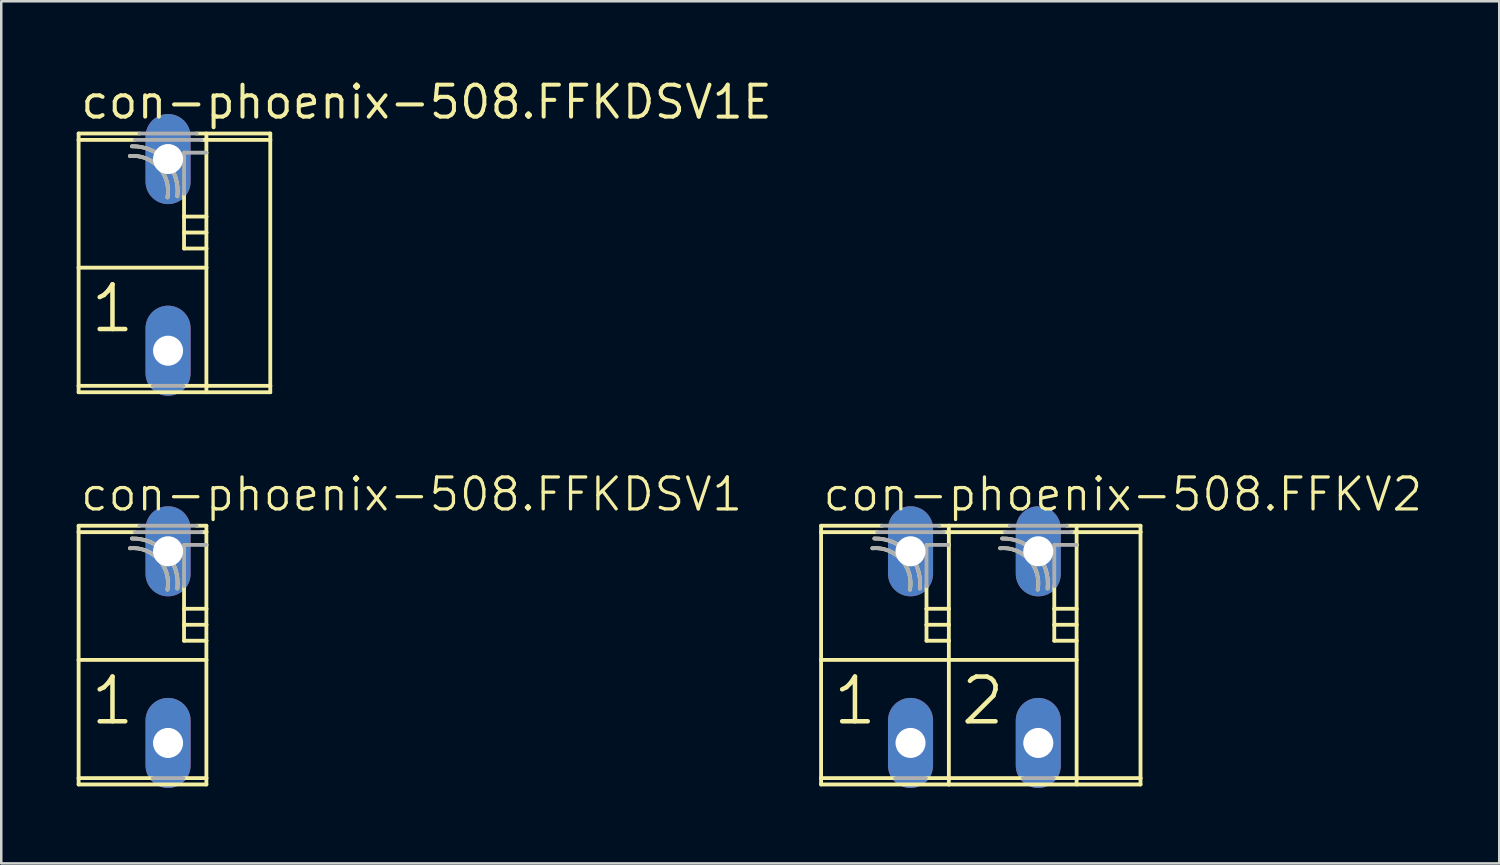
<source format=kicad_pcb>
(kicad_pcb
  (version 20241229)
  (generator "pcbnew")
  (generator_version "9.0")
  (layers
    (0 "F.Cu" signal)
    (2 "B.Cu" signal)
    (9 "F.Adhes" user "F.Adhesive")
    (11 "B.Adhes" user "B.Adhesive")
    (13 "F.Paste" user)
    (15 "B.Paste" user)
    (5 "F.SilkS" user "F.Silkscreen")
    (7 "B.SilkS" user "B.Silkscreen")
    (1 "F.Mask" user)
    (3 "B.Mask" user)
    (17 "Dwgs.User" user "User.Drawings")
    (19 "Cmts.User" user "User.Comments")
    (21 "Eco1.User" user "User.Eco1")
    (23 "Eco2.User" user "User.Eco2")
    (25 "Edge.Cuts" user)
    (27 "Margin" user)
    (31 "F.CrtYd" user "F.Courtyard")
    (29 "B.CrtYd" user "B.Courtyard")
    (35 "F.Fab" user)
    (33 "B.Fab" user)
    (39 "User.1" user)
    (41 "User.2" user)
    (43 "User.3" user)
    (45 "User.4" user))
  (footprint "con-phoenix-508.FFKV2"
    (layer "F.Cu")
    (at 35.692 22.679)
    (property "Reference" "con-phoenix-508.FFKV2" (at -6.096 -5.334 0) (layer "F.SilkS") (effects (font (size 1.27 1.27) (thickness 0.13)) (justify left bottom)))
    (attr through_hole)
    (fp_line (start -6.096 -4.572) (end -6.096 -4.826) (stroke (width 0.152) (type default)) (layer "F.SilkS"))
    (fp_line (start -6.096 -4.572) (end -3.86 -4.572) (stroke (width 0.152) (type default)) (layer "F.SilkS"))
    (fp_line (start -6.096 0.508) (end -6.096 -4.572) (stroke (width 0.152) (type default)) (layer "F.SilkS"))
    (fp_line (start -6.096 0.508) (end -1.016 0.508) (stroke (width 0.152) (type default)) (layer "F.SilkS"))
    (fp_line (start -6.096 5.207) (end -6.096 0.508) (stroke (width 0.152) (type default)) (layer "F.SilkS"))
    (fp_line (start -6.096 5.207) (end -3.149 5.207) (stroke (width 0.152) (type default)) (layer "F.SilkS"))
    (fp_line (start -6.096 5.461) (end -6.096 5.207) (stroke (width 0.152) (type default)) (layer "F.SilkS"))
    (fp_line (start -3.676 -4.826) (end -6.096 -4.826) (stroke (width 0.152) (type default)) (layer "F.SilkS"))
    (fp_line (start -1.931 5.207) (end -1.016 5.207) (stroke (width 0.152) (type default)) (layer "F.SilkS"))
    (fp_line (start -1.905 -1.524) (end -1.905 -2.425) (stroke (width 0.152) (type default)) (layer "F.SilkS"))
    (fp_line (start -1.905 -0.889) (end -1.905 -1.524) (stroke (width 0.152) (type default)) (layer "F.SilkS"))
    (fp_line (start -1.905 -0.254) (end -1.905 -0.889) (stroke (width 0.152) (type default)) (layer "F.SilkS"))
    (fp_line (start -1.22 -4.572) (end -1.016 -4.572) (stroke (width 0.152) (type default)) (layer "F.SilkS"))
    (fp_line (start -1.037 -4.064) (end -1.016 -4.064) (stroke (width 0.152) (type default)) (layer "F.SilkS"))
    (fp_line (start -1.016 -4.826) (end -1.404 -4.826) (stroke (width 0.152) (type default)) (layer "F.SilkS"))
    (fp_line (start -1.016 -4.572) (end -1.016 -4.826) (stroke (width 0.152) (type default)) (layer "F.SilkS"))
    (fp_line (start -1.016 -4.572) (end 1.22 -4.572) (stroke (width 0.152) (type default)) (layer "F.SilkS"))
    (fp_line (start -1.016 -4.064) (end -1.016 -4.572) (stroke (width 0.152) (type default)) (layer "F.SilkS"))
    (fp_line (start -1.016 -1.524) (end -1.905 -1.524) (stroke (width 0.152) (type default)) (layer "F.SilkS"))
    (fp_line (start -1.016 -1.524) (end -1.016 -4.064) (stroke (width 0.152) (type default)) (layer "F.SilkS"))
    (fp_line (start -1.016 -0.889) (end -1.905 -0.889) (stroke (width 0.152) (type default)) (layer "F.SilkS"))
    (fp_line (start -1.016 -0.889) (end -1.016 -1.524) (stroke (width 0.152) (type default)) (layer "F.SilkS"))
    (fp_line (start -1.016 -0.254) (end -1.905 -0.254) (stroke (width 0.152) (type default)) (layer "F.SilkS"))
    (fp_line (start -1.016 -0.254) (end -1.016 -0.889) (stroke (width 0.152) (type default)) (layer "F.SilkS"))
    (fp_line (start -1.016 0.508) (end -1.016 -0.254) (stroke (width 0.152) (type default)) (layer "F.SilkS"))
    (fp_line (start -1.016 0.508) (end 4.064 0.508) (stroke (width 0.152) (type default)) (layer "F.SilkS"))
    (fp_line (start -1.016 5.207) (end -1.016 0.508) (stroke (width 0.152) (type default)) (layer "F.SilkS"))
    (fp_line (start -1.016 5.207) (end 1.931 5.207) (stroke (width 0.152) (type default)) (layer "F.SilkS"))
    (fp_line (start -1.016 5.461) (end -6.096 5.461) (stroke (width 0.152) (type default)) (layer "F.SilkS"))
    (fp_line (start -1.016 5.461) (end -1.016 5.207) (stroke (width 0.152) (type default)) (layer "F.SilkS"))
    (fp_line (start 1.404 -4.826) (end -1.016 -4.826) (stroke (width 0.152) (type default)) (layer "F.SilkS"))
    (fp_line (start 3.175 -1.524) (end 3.175 -2.425) (stroke (width 0.152) (type default)) (layer "F.SilkS"))
    (fp_line (start 3.175 -0.889) (end 3.175 -1.524) (stroke (width 0.152) (type default)) (layer "F.SilkS"))
    (fp_line (start 3.175 -0.254) (end 3.175 -0.889) (stroke (width 0.152) (type default)) (layer "F.SilkS"))
    (fp_line (start 4.043 -4.064) (end 4.064 -4.064) (stroke (width 0.152) (type default)) (layer "F.SilkS"))
    (fp_line (start 4.064 -4.064) (end 4.064 -4.826) (stroke (width 0.152) (type default)) (layer "F.SilkS"))
    (fp_line (start 4.064 -1.524) (end 3.175 -1.524) (stroke (width 0.152) (type default)) (layer "F.SilkS"))
    (fp_line (start 4.064 -1.524) (end 4.064 -4.064) (stroke (width 0.152) (type default)) (layer "F.SilkS"))
    (fp_line (start 4.064 -0.889) (end 3.175 -0.889) (stroke (width 0.152) (type default)) (layer "F.SilkS"))
    (fp_line (start 4.064 -0.889) (end 4.064 -1.524) (stroke (width 0.152) (type default)) (layer "F.SilkS"))
    (fp_line (start 4.064 -0.254) (end 3.175 -0.254) (stroke (width 0.152) (type default)) (layer "F.SilkS"))
    (fp_line (start 4.064 -0.254) (end 4.064 -0.889) (stroke (width 0.152) (type default)) (layer "F.SilkS"))
    (fp_line (start 4.064 0.508) (end 4.064 -0.254) (stroke (width 0.152) (type default)) (layer "F.SilkS"))
    (fp_line (start 4.064 5.461) (end 4.064 0.508) (stroke (width 0.152) (type default)) (layer "F.SilkS"))
    (fp_line (start 6.604 -4.826) (end 3.676 -4.826) (stroke (width 0.152) (type default)) (layer "F.SilkS"))
    (fp_line (start 6.604 -4.572) (end 3.86 -4.572) (stroke (width 0.152) (type default)) (layer "F.SilkS"))
    (fp_line (start 6.604 -4.572) (end 6.604 -4.826) (stroke (width 0.152) (type default)) (layer "F.SilkS"))
    (fp_line (start 6.604 5.207) (end 3.149 5.207) (stroke (width 0.152) (type default)) (layer "F.SilkS"))
    (fp_line (start 6.604 5.207) (end 6.604 -4.572) (stroke (width 0.152) (type default)) (layer "F.SilkS"))
    (fp_line (start 6.604 5.461) (end -1.016 5.461) (stroke (width 0.152) (type default)) (layer "F.SilkS"))
    (fp_line (start 6.604 5.461) (end 6.604 5.207) (stroke (width 0.152) (type default)) (layer "F.SilkS"))
    (fp_arc (start -4.0592 -3.9317) (mid -2.903175 -3.479821) (end -2.5628 -2.2862) (stroke (width 0.1524) (type default)) (layer "F.SilkS"))
    (fp_arc (start -3.9769 -4.3175) (mid -2.621183 -3.735951) (end -2.1708 -2.3312) (stroke (width 0.1524) (type default)) (layer "F.SilkS"))
    (fp_arc (start 1.0208 -3.9317) (mid 2.176825 -3.479821) (end 2.5172 -2.2862) (stroke (width 0.1524) (type default)) (layer "F.SilkS"))
    (fp_arc (start 1.1031 -4.3175) (mid 2.458817 -3.735951) (end 2.9092 -2.3312) (stroke (width 0.1524) (type default)) (layer "F.SilkS"))
    (fp_line (start -3.86 -4.572) (end -1.22 -4.572) (stroke (width 0.152) (type default)) (layer "F.Fab"))
    (fp_line (start -3.149 5.207) (end -1.931 5.207) (stroke (width 0.152) (type default)) (layer "F.Fab"))
    (fp_line (start -1.905 -4.064) (end -1.037 -4.064) (stroke (width 0.152) (type default)) (layer "F.Fab"))
    (fp_line (start -1.905 -2.425) (end -1.905 -4.064) (stroke (width 0.152) (type default)) (layer "F.Fab"))
    (fp_line (start -1.404 -4.826) (end -3.676 -4.826) (stroke (width 0.152) (type default)) (layer "F.Fab"))
    (fp_line (start 1.22 -4.572) (end 3.86 -4.572) (stroke (width 0.152) (type default)) (layer "F.Fab"))
    (fp_line (start 1.931 5.207) (end 3.149 5.207) (stroke (width 0.152) (type default)) (layer "F.Fab"))
    (fp_line (start 3.175 -4.064) (end 4.043 -4.064) (stroke (width 0.152) (type default)) (layer "F.Fab"))
    (fp_line (start 3.175 -2.425) (end 3.175 -4.064) (stroke (width 0.152) (type default)) (layer "F.Fab"))
    (fp_line (start 3.676 -4.826) (end 1.404 -4.826) (stroke (width 0.152) (type default)) (layer "F.Fab"))
    (fp_arc (start -4.0592 -3.9317) (mid -2.903306 -3.479837) (end -2.5631 -2.2863) (stroke (width 0.1524) (type default)) (layer "F.Fab"))
    (fp_arc (start -3.9769 -4.3175) (mid -2.621248 -3.735936) (end -2.171 -2.3312) (stroke (width 0.1524) (type default)) (layer "F.Fab"))
    (fp_arc (start 1.0208 -3.9317) (mid 2.176694 -3.479837) (end 2.5169 -2.2863) (stroke (width 0.1524) (type default)) (layer "F.Fab"))
    (fp_arc (start 1.1031 -4.3175) (mid 2.458752 -3.735936) (end 2.909 -2.3312) (stroke (width 0.1524) (type default)) (layer "F.Fab"))
    (fp_text user "1" (at -5.715 3.175 0) (layer "F.SilkS") (effects (font (size 1.778 1.778) (thickness 0.18)) (justify left bottom)))
    (fp_text user "2" (at -0.635 3.175 0) (layer "F.SilkS") (effects (font (size 1.778 1.778) (thickness 0.18)) (justify left bottom)))
    (pad "1" thru_hole oval (at -2.54 3.81 90) (size 3.581 1.791) (drill 1.194) (layers "*.Cu" "*.Mask"))
    (pad "1A" thru_hole oval (at -2.54 -3.81 90) (size 3.581 1.791) (drill 1.194) (layers "*.Cu" "*.Mask"))
    (pad "2" thru_hole oval (at 2.54 3.81 90) (size 3.581 1.791) (drill 1.194) (layers "*.Cu" "*.Mask"))
    (pad "2A" thru_hole oval (at 2.54 -3.81 90) (size 3.581 1.791) (drill 1.194) (layers "*.Cu" "*.Mask")))
  (footprint "con-phoenix-508.FFKDSV1"
    (layer "F.Cu")
    (at 3.632 22.679)
    (property "Reference" "con-phoenix-508.FFKDSV1" (at -3.556 -5.334 0) (layer "F.SilkS") (effects (font (size 1.27 1.27) (thickness 0.13)) (justify left bottom)))
    (attr through_hole)
    (fp_line (start -3.556 -4.572) (end -3.556 -4.826) (stroke (width 0.152) (type default)) (layer "F.SilkS"))
    (fp_line (start -3.556 -4.572) (end -1.32 -4.572) (stroke (width 0.152) (type default)) (layer "F.SilkS"))
    (fp_line (start -3.556 0.508) (end -3.556 -4.572) (stroke (width 0.152) (type default)) (layer "F.SilkS"))
    (fp_line (start -3.556 0.508) (end 1.524 0.508) (stroke (width 0.152) (type default)) (layer "F.SilkS"))
    (fp_line (start -3.556 5.207) (end -3.556 0.508) (stroke (width 0.152) (type default)) (layer "F.SilkS"))
    (fp_line (start -3.556 5.207) (end -0.609 5.207) (stroke (width 0.152) (type default)) (layer "F.SilkS"))
    (fp_line (start -3.556 5.461) (end -3.556 5.207) (stroke (width 0.152) (type default)) (layer "F.SilkS"))
    (fp_line (start -1.136 -4.826) (end -3.556 -4.826) (stroke (width 0.152) (type default)) (layer "F.SilkS"))
    (fp_line (start 0.609 5.207) (end 1.524 5.207) (stroke (width 0.152) (type default)) (layer "F.SilkS"))
    (fp_line (start 0.635 -1.524) (end 0.635 -2.425) (stroke (width 0.152) (type default)) (layer "F.SilkS"))
    (fp_line (start 0.635 -0.889) (end 0.635 -1.524) (stroke (width 0.152) (type default)) (layer "F.SilkS"))
    (fp_line (start 0.635 -0.254) (end 0.635 -0.889) (stroke (width 0.152) (type default)) (layer "F.SilkS"))
    (fp_line (start 1.32 -4.572) (end 1.524 -4.572) (stroke (width 0.152) (type default)) (layer "F.SilkS"))
    (fp_line (start 1.503 -4.064) (end 1.524 -4.064) (stroke (width 0.152) (type default)) (layer "F.SilkS"))
    (fp_line (start 1.524 -4.826) (end 1.136 -4.826) (stroke (width 0.152) (type default)) (layer "F.SilkS"))
    (fp_line (start 1.524 -4.572) (end 1.524 -4.826) (stroke (width 0.152) (type default)) (layer "F.SilkS"))
    (fp_line (start 1.524 -4.064) (end 1.524 -4.572) (stroke (width 0.152) (type default)) (layer "F.SilkS"))
    (fp_line (start 1.524 -1.524) (end 0.635 -1.524) (stroke (width 0.152) (type default)) (layer "F.SilkS"))
    (fp_line (start 1.524 -1.524) (end 1.524 -4.064) (stroke (width 0.152) (type default)) (layer "F.SilkS"))
    (fp_line (start 1.524 -0.889) (end 0.635 -0.889) (stroke (width 0.152) (type default)) (layer "F.SilkS"))
    (fp_line (start 1.524 -0.889) (end 1.524 -1.524) (stroke (width 0.152) (type default)) (layer "F.SilkS"))
    (fp_line (start 1.524 -0.254) (end 0.635 -0.254) (stroke (width 0.152) (type default)) (layer "F.SilkS"))
    (fp_line (start 1.524 -0.254) (end 1.524 -0.889) (stroke (width 0.152) (type default)) (layer "F.SilkS"))
    (fp_line (start 1.524 0.508) (end 1.524 -0.254) (stroke (width 0.152) (type default)) (layer "F.SilkS"))
    (fp_line (start 1.524 5.207) (end 1.524 0.508) (stroke (width 0.152) (type default)) (layer "F.SilkS"))
    (fp_line (start 1.524 5.461) (end -3.556 5.461) (stroke (width 0.152) (type default)) (layer "F.SilkS"))
    (fp_line (start 1.524 5.461) (end 1.524 5.207) (stroke (width 0.152) (type default)) (layer "F.SilkS"))
    (fp_arc (start -1.5192 -3.9317) (mid -0.363175 -3.479821) (end -0.0228 -2.2862) (stroke (width 0.1524) (type default)) (layer "F.SilkS"))
    (fp_arc (start -1.4369 -4.3175) (mid -0.081183 -3.735951) (end 0.3692 -2.3312) (stroke (width 0.1524) (type default)) (layer "F.SilkS"))
    (fp_line (start -1.32 -4.572) (end 1.32 -4.572) (stroke (width 0.152) (type default)) (layer "F.Fab"))
    (fp_line (start -0.609 5.207) (end 0.609 5.207) (stroke (width 0.152) (type default)) (layer "F.Fab"))
    (fp_line (start 0.635 -4.064) (end 1.503 -4.064) (stroke (width 0.152) (type default)) (layer "F.Fab"))
    (fp_line (start 0.635 -2.425) (end 0.635 -4.064) (stroke (width 0.152) (type default)) (layer "F.Fab"))
    (fp_line (start 1.136 -4.826) (end -1.136 -4.826) (stroke (width 0.152) (type default)) (layer "F.Fab"))
    (fp_arc (start -1.5192 -3.9317) (mid -0.363306 -3.479837) (end -0.0231 -2.2863) (stroke (width 0.1524) (type default)) (layer "F.Fab"))
    (fp_arc (start -1.4369 -4.3175) (mid -0.081248 -3.735936) (end 0.369 -2.3312) (stroke (width 0.1524) (type default)) (layer "F.Fab"))
    (fp_text user "1" (at -3.175 3.175 0) (layer "F.SilkS") (effects (font (size 1.778 1.778) (thickness 0.18)) (justify left bottom)))
    (pad "1" thru_hole oval (at 0 3.81 90) (size 3.581 1.791) (drill 1.194) (layers "*.Cu" "*.Mask"))
    (pad "2" thru_hole oval (at 0 -3.81 90) (size 3.581 1.791) (drill 1.194) (layers "*.Cu" "*.Mask")))
  (footprint "con-phoenix-508.FFKDSV1E"
    (layer "F.Cu")
    (at 3.632 7.084)
    (property "Reference" "con-phoenix-508.FFKDSV1E" (at -3.556 -5.334 0) (layer "F.SilkS") (effects (font (size 1.27 1.27) (thickness 0.16)) (justify left bottom)))
    (attr through_hole)
    (fp_line (start -3.556 -4.572) (end -3.556 -4.826) (stroke (width 0.152) (type default)) (layer "F.SilkS"))
    (fp_line (start -3.556 -4.572) (end -1.32 -4.572) (stroke (width 0.152) (type default)) (layer "F.SilkS"))
    (fp_line (start -3.556 0.508) (end -3.556 -4.572) (stroke (width 0.152) (type default)) (layer "F.SilkS"))
    (fp_line (start -3.556 0.508) (end 1.524 0.508) (stroke (width 0.152) (type default)) (layer "F.SilkS"))
    (fp_line (start -3.556 5.207) (end -3.556 0.508) (stroke (width 0.152) (type default)) (layer "F.SilkS"))
    (fp_line (start -3.556 5.207) (end -0.609 5.207) (stroke (width 0.152) (type default)) (layer "F.SilkS"))
    (fp_line (start -3.556 5.461) (end -3.556 5.207) (stroke (width 0.152) (type default)) (layer "F.SilkS"))
    (fp_line (start -1.136 -4.826) (end -3.556 -4.826) (stroke (width 0.152) (type default)) (layer "F.SilkS"))
    (fp_line (start 0.635 -1.524) (end 0.635 -2.425) (stroke (width 0.152) (type default)) (layer "F.SilkS"))
    (fp_line (start 0.635 -0.889) (end 0.635 -1.524) (stroke (width 0.152) (type default)) (layer "F.SilkS"))
    (fp_line (start 0.635 -0.254) (end 0.635 -0.889) (stroke (width 0.152) (type default)) (layer "F.SilkS"))
    (fp_line (start 1.503 -4.064) (end 1.524 -4.064) (stroke (width 0.152) (type default)) (layer "F.SilkS"))
    (fp_line (start 1.524 -4.064) (end 1.524 -4.826) (stroke (width 0.152) (type default)) (layer "F.SilkS"))
    (fp_line (start 1.524 -1.524) (end 0.635 -1.524) (stroke (width 0.152) (type default)) (layer "F.SilkS"))
    (fp_line (start 1.524 -1.524) (end 1.524 -4.064) (stroke (width 0.152) (type default)) (layer "F.SilkS"))
    (fp_line (start 1.524 -0.889) (end 0.635 -0.889) (stroke (width 0.152) (type default)) (layer "F.SilkS"))
    (fp_line (start 1.524 -0.889) (end 1.524 -1.524) (stroke (width 0.152) (type default)) (layer "F.SilkS"))
    (fp_line (start 1.524 -0.254) (end 0.635 -0.254) (stroke (width 0.152) (type default)) (layer "F.SilkS"))
    (fp_line (start 1.524 -0.254) (end 1.524 -0.889) (stroke (width 0.152) (type default)) (layer "F.SilkS"))
    (fp_line (start 1.524 0.508) (end 1.524 -0.254) (stroke (width 0.152) (type default)) (layer "F.SilkS"))
    (fp_line (start 1.524 5.461) (end 1.524 0.508) (stroke (width 0.152) (type default)) (layer "F.SilkS"))
    (fp_line (start 4.064 -4.826) (end 1.136 -4.826) (stroke (width 0.152) (type default)) (layer "F.SilkS"))
    (fp_line (start 4.064 -4.572) (end 1.32 -4.572) (stroke (width 0.152) (type default)) (layer "F.SilkS"))
    (fp_line (start 4.064 -4.572) (end 4.064 -4.826) (stroke (width 0.152) (type default)) (layer "F.SilkS"))
    (fp_line (start 4.064 5.207) (end 0.609 5.207) (stroke (width 0.152) (type default)) (layer "F.SilkS"))
    (fp_line (start 4.064 5.207) (end 4.064 -4.572) (stroke (width 0.152) (type default)) (layer "F.SilkS"))
    (fp_line (start 4.064 5.461) (end -3.556 5.461) (stroke (width 0.152) (type default)) (layer "F.SilkS"))
    (fp_line (start 4.064 5.461) (end 4.064 5.207) (stroke (width 0.152) (type default)) (layer "F.SilkS"))
    (fp_arc (start -1.5192 -3.9317) (mid -0.363175 -3.479821) (end -0.0228 -2.2862) (stroke (width 0.1524) (type default)) (layer "F.SilkS"))
    (fp_arc (start -1.4369 -4.3175) (mid -0.081183 -3.735951) (end 0.3692 -2.3312) (stroke (width 0.1524) (type default)) (layer "F.SilkS"))
    (fp_line (start -1.32 -4.572) (end 1.32 -4.572) (stroke (width 0.152) (type default)) (layer "F.Fab"))
    (fp_line (start -0.609 5.207) (end 0.609 5.207) (stroke (width 0.152) (type default)) (layer "F.Fab"))
    (fp_line (start 0.635 -4.064) (end 1.503 -4.064) (stroke (width 0.152) (type default)) (layer "F.Fab"))
    (fp_line (start 0.635 -2.425) (end 0.635 -4.064) (stroke (width 0.152) (type default)) (layer "F.Fab"))
    (fp_line (start 1.136 -4.826) (end -1.136 -4.826) (stroke (width 0.152) (type default)) (layer "F.Fab"))
    (fp_arc (start -1.5192 -3.9317) (mid -0.363306 -3.479837) (end -0.0231 -2.2863) (stroke (width 0.1524) (type default)) (layer "F.Fab"))
    (fp_arc (start -1.4369 -4.3175) (mid -0.081248 -3.735936) (end 0.369 -2.3312) (stroke (width 0.1524) (type default)) (layer "F.Fab"))
    (fp_text user "1" (at -3.175 3.175 0) (layer "F.SilkS") (effects (font (size 1.778 1.778) (thickness 0.18)) (justify left bottom)))
    (pad "1" thru_hole oval (at 0 3.81 90) (size 3.581 1.791) (drill 1.194) (layers "*.Cu" "*.Mask"))
    (pad "2" thru_hole oval (at 0 -3.81 90) (size 3.581 1.791) (drill 1.194) (layers "*.Cu" "*.Mask")))
  (gr_rect
    (start -3 -3)
    (end 56.559 31.279)
    (stroke (width 0.1) (type default))
    (fill no)
    (layer "Edge.Cuts")))
</source>
